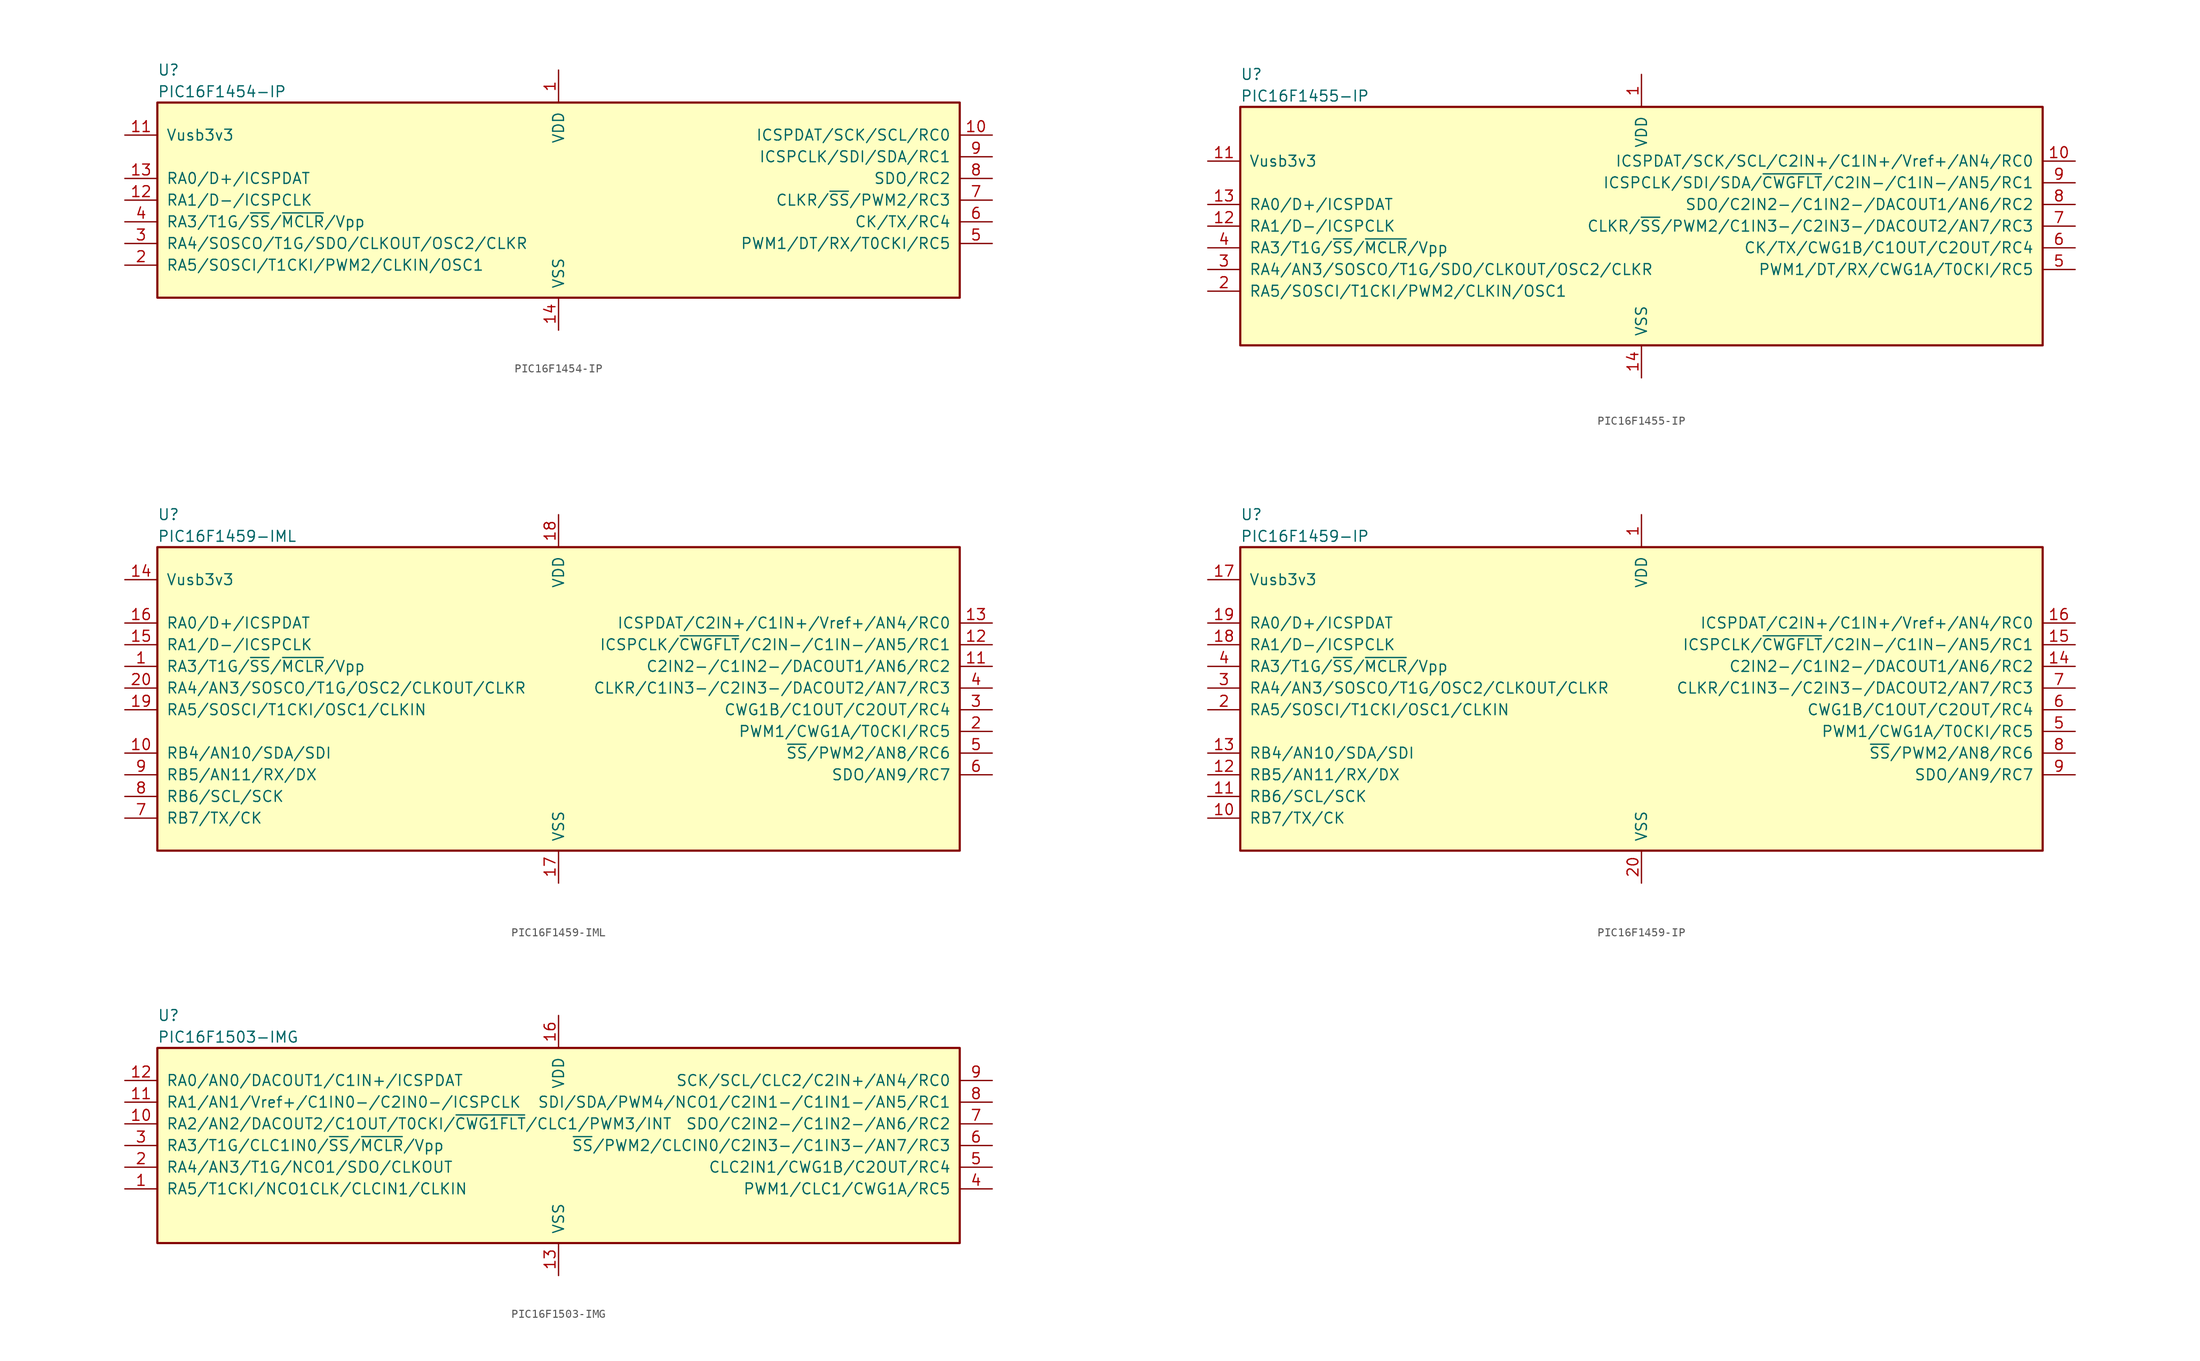
<source format=kicad_sym>
(kicad_symbol_lib
  (version 20241209)
  (generator "kicad_symbol_editor")
  (generator_version "9.0")
  (symbol "PIC16F1454-IP"
    (pin_names
      (offset 1.016))
    (property "Reference" "U"
      (at -46.99 15.24 0)
      (effects (font (size 1.27 1.27)) (justify left)))
    (property "Value" "PIC16F1454-IP"
      (at -46.99 12.7 0)
      (effects (font (size 1.27 1.27)) (justify left)))
    (symbol "PIC16F1454-IP_0_1"
      (rectangle (start -46.99 11.43) (end 46.99 -11.43) (stroke (width 0.254) (type default)) (fill (type background))))
    (symbol "PIC16F1454-IP_1_1"
      (pin bidirectional line (at -50.8 7.62 0) (length 3.81) (name "Vusb3v3" (effects (font (size 1.27 1.27)))) (number "11" (effects (font (size 1.27 1.27)))))
      (pin bidirectional line (at -50.8 2.54 0) (length 3.81) (name "RA0/D+/ICSPDAT" (effects (font (size 1.27 1.27)))) (number "13" (effects (font (size 1.27 1.27)))))
      (pin bidirectional line (at -50.8 0 0) (length 3.81) (name "RA1/D-/ICSPCLK" (effects (font (size 1.27 1.27)))) (number "12" (effects (font (size 1.27 1.27)))))
      (pin input line (at -50.8 -2.54 0) (length 3.81) (name "RA3/T1G/~{SS}/~{MCLR}/Vpp" (effects (font (size 1.27 1.27)))) (number "4" (effects (font (size 1.27 1.27)))))
      (pin bidirectional line (at -50.8 -5.08 0) (length 3.81) (name "RA4/SOSCO/T1G/SDO/CLKOUT/OSC2/CLKR" (effects (font (size 1.27 1.27)))) (number "3" (effects (font (size 1.27 1.27)))))
      (pin bidirectional line (at -50.8 -7.62 0) (length 3.81) (name "RA5/SOSCI/T1CKI/PWM2/CLKIN/OSC1" (effects (font (size 1.27 1.27)))) (number "2" (effects (font (size 1.27 1.27)))))
      (pin power_in line (at 0 15.24 270) (length 3.81) (name "VDD" (effects (font (size 1.27 1.27)))) (number "1" (effects (font (size 1.27 1.27)))))
      (pin power_in line (at 0 -15.24 90) (length 3.81) (name "VSS" (effects (font (size 1.27 1.27)))) (number "14" (effects (font (size 1.27 1.27)))))
      (pin bidirectional line (at 50.8 7.62 180) (length 3.81) (name "ICSPDAT/SCK/SCL/RC0" (effects (font (size 1.27 1.27)))) (number "10" (effects (font (size 1.27 1.27)))))
      (pin bidirectional line (at 50.8 5.08 180) (length 3.81) (name "ICSPCLK/SDI/SDA/RC1" (effects (font (size 1.27 1.27)))) (number "9" (effects (font (size 1.27 1.27)))))
      (pin bidirectional line (at 50.8 2.54 180) (length 3.81) (name "SDO/RC2" (effects (font (size 1.27 1.27)))) (number "8" (effects (font (size 1.27 1.27)))))
      (pin bidirectional line (at 50.8 0 180) (length 3.81) (name "CLKR/~{SS}/PWM2/RC3" (effects (font (size 1.27 1.27)))) (number "7" (effects (font (size 1.27 1.27)))))
      (pin bidirectional line (at 50.8 -2.54 180) (length 3.81) (name "CK/TX/RC4" (effects (font (size 1.27 1.27)))) (number "6" (effects (font (size 1.27 1.27)))))
      (pin bidirectional line (at 50.8 -5.08 180) (length 3.81) (name "PWM1/DT/RX/T0CKI/RC5" (effects (font (size 1.27 1.27)))) (number "5" (effects (font (size 1.27 1.27)))))))
  (symbol "PIC16F1455-IP"
    (pin_names
      (offset 1.016))
    (property "Reference" "U"
      (at -46.99 17.78 0)
      (effects (font (size 1.27 1.27)) (justify left)))
    (property "Value" "PIC16F1455-IP"
      (at -46.99 15.24 0)
      (effects (font (size 1.27 1.27)) (justify left)))
    (symbol "PIC16F1455-IP_0_1"
      (rectangle (start -46.99 13.97) (end 46.99 -13.97) (stroke (width 0.254) (type default)) (fill (type background))))
    (symbol "PIC16F1455-IP_1_1"
      (pin bidirectional line (at -50.8 7.62 0) (length 3.81) (name "Vusb3v3" (effects (font (size 1.27 1.27)))) (number "11" (effects (font (size 1.27 1.27)))))
      (pin bidirectional line (at -50.8 2.54 0) (length 3.81) (name "RA0/D+/ICSPDAT" (effects (font (size 1.27 1.27)))) (number "13" (effects (font (size 1.27 1.27)))))
      (pin bidirectional line (at -50.8 0 0) (length 3.81) (name "RA1/D-/ICSPCLK" (effects (font (size 1.27 1.27)))) (number "12" (effects (font (size 1.27 1.27)))))
      (pin input line (at -50.8 -2.54 0) (length 3.81) (name "RA3/T1G/~{SS}/~{MCLR}/Vpp" (effects (font (size 1.27 1.27)))) (number "4" (effects (font (size 1.27 1.27)))))
      (pin bidirectional line (at -50.8 -5.08 0) (length 3.81) (name "RA4/AN3/SOSCO/T1G/SDO/CLKOUT/OSC2/CLKR" (effects (font (size 1.27 1.27)))) (number "3" (effects (font (size 1.27 1.27)))))
      (pin bidirectional line (at -50.8 -7.62 0) (length 3.81) (name "RA5/SOSCI/T1CKI/PWM2/CLKIN/OSC1" (effects (font (size 1.27 1.27)))) (number "2" (effects (font (size 1.27 1.27)))))
      (pin power_in line (at 0 17.78 270) (length 3.81) (name "VDD" (effects (font (size 1.27 1.27)))) (number "1" (effects (font (size 1.27 1.27)))))
      (pin power_in line (at 0 -17.78 90) (length 3.81) (name "VSS" (effects (font (size 1.27 1.27)))) (number "14" (effects (font (size 1.27 1.27)))))
      (pin bidirectional line (at 50.8 7.62 180) (length 3.81) (name "ICSPDAT/SCK/SCL/C2IN+/C1IN+/Vref+/AN4/RC0" (effects (font (size 1.27 1.27)))) (number "10" (effects (font (size 1.27 1.27)))))
      (pin bidirectional line (at 50.8 5.08 180) (length 3.81) (name "ICSPCLK/SDI/SDA/~{CWGFLT}/C2IN-/C1IN-/AN5/RC1" (effects (font (size 1.27 1.27)))) (number "9" (effects (font (size 1.27 1.27)))))
      (pin bidirectional line (at 50.8 2.54 180) (length 3.81) (name "SDO/C2IN2-/C1IN2-/DACOUT1/AN6/RC2" (effects (font (size 1.27 1.27)))) (number "8" (effects (font (size 1.27 1.27)))))
      (pin bidirectional line (at 50.8 0 180) (length 3.81) (name "CLKR/~{SS}/PWM2/C1IN3-/C2IN3-/DACOUT2/AN7/RC3" (effects (font (size 1.27 1.27)))) (number "7" (effects (font (size 1.27 1.27)))))
      (pin bidirectional line (at 50.8 -2.54 180) (length 3.81) (name "CK/TX/CWG1B/C1OUT/C2OUT/RC4" (effects (font (size 1.27 1.27)))) (number "6" (effects (font (size 1.27 1.27)))))
      (pin bidirectional line (at 50.8 -5.08 180) (length 3.81) (name "PWM1/DT/RX/CWG1A/T0CKI/RC5" (effects (font (size 1.27 1.27)))) (number "5" (effects (font (size 1.27 1.27)))))))
  (symbol "PIC16F1459-IML"
    (pin_names
      (offset 1.016))
    (property "Reference" "U"
      (at -46.99 17.78 0)
      (effects (font (size 1.27 1.27)) (justify left)))
    (property "Value" "PIC16F1459-IML"
      (at -46.99 15.24 0)
      (effects (font (size 1.27 1.27)) (justify left)))
    (symbol "PIC16F1459-IML_0_1"
      (rectangle (start -46.99 13.97) (end 46.99 -21.59) (stroke (width 0.254) (type default)) (fill (type background))))
    (symbol "PIC16F1459-IML_1_1"
      (pin bidirectional line (at -50.8 10.16 0) (length 3.81) (name "Vusb3v3" (effects (font (size 1.27 1.27)))) (number "14" (effects (font (size 1.27 1.27)))))
      (pin bidirectional line (at -50.8 5.08 0) (length 3.81) (name "RA0/D+/ICSPDAT" (effects (font (size 1.27 1.27)))) (number "16" (effects (font (size 1.27 1.27)))))
      (pin bidirectional line (at -50.8 2.54 0) (length 3.81) (name "RA1/D-/ICSPCLK" (effects (font (size 1.27 1.27)))) (number "15" (effects (font (size 1.27 1.27)))))
      (pin input line (at -50.8 0 0) (length 3.81) (name "RA3/T1G/~{SS}/~{MCLR}/Vpp" (effects (font (size 1.27 1.27)))) (number "1" (effects (font (size 1.27 1.27)))))
      (pin bidirectional line (at -50.8 -2.54 0) (length 3.81) (name "RA4/AN3/SOSCO/T1G/OSC2/CLKOUT/CLKR" (effects (font (size 1.27 1.27)))) (number "20" (effects (font (size 1.27 1.27)))))
      (pin bidirectional line (at -50.8 -5.08 0) (length 3.81) (name "RA5/SOSCI/T1CKI/OSC1/CLKIN" (effects (font (size 1.27 1.27)))) (number "19" (effects (font (size 1.27 1.27)))))
      (pin bidirectional line (at -50.8 -10.16 0) (length 3.81) (name "RB4/AN10/SDA/SDI" (effects (font (size 1.27 1.27)))) (number "10" (effects (font (size 1.27 1.27)))))
      (pin bidirectional line (at -50.8 -12.7 0) (length 3.81) (name "RB5/AN11/RX/DX" (effects (font (size 1.27 1.27)))) (number "9" (effects (font (size 1.27 1.27)))))
      (pin bidirectional line (at -50.8 -15.24 0) (length 3.81) (name "RB6/SCL/SCK" (effects (font (size 1.27 1.27)))) (number "8" (effects (font (size 1.27 1.27)))))
      (pin bidirectional line (at -50.8 -17.78 0) (length 3.81) (name "RB7/TX/CK" (effects (font (size 1.27 1.27)))) (number "7" (effects (font (size 1.27 1.27)))))
      (pin power_in line (at 0 17.78 270) (length 3.81) (name "VDD" (effects (font (size 1.27 1.27)))) (number "18" (effects (font (size 1.27 1.27)))))
      (pin power_in line (at 0 -25.4 90) (length 3.81) (name "VSS" (effects (font (size 1.27 1.27)))) (number "17" (effects (font (size 1.27 1.27)))))
      (pin bidirectional line (at 50.8 5.08 180) (length 3.81) (name "ICSPDAT/C2IN+/C1IN+/Vref+/AN4/RC0" (effects (font (size 1.27 1.27)))) (number "13" (effects (font (size 1.27 1.27)))))
      (pin bidirectional line (at 50.8 2.54 180) (length 3.81) (name "ICSPCLK/~{CWGFLT}/C2IN-/C1IN-/AN5/RC1" (effects (font (size 1.27 1.27)))) (number "12" (effects (font (size 1.27 1.27)))))
      (pin bidirectional line (at 50.8 0 180) (length 3.81) (name "C2IN2-/C1IN2-/DACOUT1/AN6/RC2" (effects (font (size 1.27 1.27)))) (number "11" (effects (font (size 1.27 1.27)))))
      (pin bidirectional line (at 50.8 -2.54 180) (length 3.81) (name "CLKR/C1IN3-/C2IN3-/DACOUT2/AN7/RC3" (effects (font (size 1.27 1.27)))) (number "4" (effects (font (size 1.27 1.27)))))
      (pin bidirectional line (at 50.8 -5.08 180) (length 3.81) (name "CWG1B/C1OUT/C2OUT/RC4" (effects (font (size 1.27 1.27)))) (number "3" (effects (font (size 1.27 1.27)))))
      (pin bidirectional line (at 50.8 -7.62 180) (length 3.81) (name "PWM1/CWG1A/T0CKI/RC5" (effects (font (size 1.27 1.27)))) (number "2" (effects (font (size 1.27 1.27)))))
      (pin bidirectional line (at 50.8 -10.16 180) (length 3.81) (name "~{SS}/PWM2/AN8/RC6" (effects (font (size 1.27 1.27)))) (number "5" (effects (font (size 1.27 1.27)))))
      (pin bidirectional line (at 50.8 -12.7 180) (length 3.81) (name "SDO/AN9/RC7" (effects (font (size 1.27 1.27)))) (number "6" (effects (font (size 1.27 1.27)))))))
  (symbol "PIC16F1459-IP"
    (pin_names
      (offset 1.016))
    (property "Reference" "U"
      (at -46.99 17.78 0)
      (effects (font (size 1.27 1.27)) (justify left)))
    (property "Value" "PIC16F1459-IP"
      (at -46.99 15.24 0)
      (effects (font (size 1.27 1.27)) (justify left)))
    (symbol "PIC16F1459-IP_0_1"
      (rectangle (start -46.99 13.97) (end 46.99 -21.59) (stroke (width 0.254) (type default)) (fill (type background))))
    (symbol "PIC16F1459-IP_1_1"
      (pin bidirectional line (at -50.8 10.16 0) (length 3.81) (name "Vusb3v3" (effects (font (size 1.27 1.27)))) (number "17" (effects (font (size 1.27 1.27)))))
      (pin bidirectional line (at -50.8 5.08 0) (length 3.81) (name "RA0/D+/ICSPDAT" (effects (font (size 1.27 1.27)))) (number "19" (effects (font (size 1.27 1.27)))))
      (pin bidirectional line (at -50.8 2.54 0) (length 3.81) (name "RA1/D-/ICSPCLK" (effects (font (size 1.27 1.27)))) (number "18" (effects (font (size 1.27 1.27)))))
      (pin input line (at -50.8 0 0) (length 3.81) (name "RA3/T1G/~{SS}/~{MCLR}/Vpp" (effects (font (size 1.27 1.27)))) (number "4" (effects (font (size 1.27 1.27)))))
      (pin bidirectional line (at -50.8 -2.54 0) (length 3.81) (name "RA4/AN3/SOSCO/T1G/OSC2/CLKOUT/CLKR" (effects (font (size 1.27 1.27)))) (number "3" (effects (font (size 1.27 1.27)))))
      (pin bidirectional line (at -50.8 -5.08 0) (length 3.81) (name "RA5/SOSCI/T1CKI/OSC1/CLKIN" (effects (font (size 1.27 1.27)))) (number "2" (effects (font (size 1.27 1.27)))))
      (pin bidirectional line (at -50.8 -10.16 0) (length 3.81) (name "RB4/AN10/SDA/SDI" (effects (font (size 1.27 1.27)))) (number "13" (effects (font (size 1.27 1.27)))))
      (pin bidirectional line (at -50.8 -12.7 0) (length 3.81) (name "RB5/AN11/RX/DX" (effects (font (size 1.27 1.27)))) (number "12" (effects (font (size 1.27 1.27)))))
      (pin bidirectional line (at -50.8 -15.24 0) (length 3.81) (name "RB6/SCL/SCK" (effects (font (size 1.27 1.27)))) (number "11" (effects (font (size 1.27 1.27)))))
      (pin bidirectional line (at -50.8 -17.78 0) (length 3.81) (name "RB7/TX/CK" (effects (font (size 1.27 1.27)))) (number "10" (effects (font (size 1.27 1.27)))))
      (pin power_in line (at 0 17.78 270) (length 3.81) (name "VDD" (effects (font (size 1.27 1.27)))) (number "1" (effects (font (size 1.27 1.27)))))
      (pin power_in line (at 0 -25.4 90) (length 3.81) (name "VSS" (effects (font (size 1.27 1.27)))) (number "20" (effects (font (size 1.27 1.27)))))
      (pin bidirectional line (at 50.8 5.08 180) (length 3.81) (name "ICSPDAT/C2IN+/C1IN+/Vref+/AN4/RC0" (effects (font (size 1.27 1.27)))) (number "16" (effects (font (size 1.27 1.27)))))
      (pin bidirectional line (at 50.8 2.54 180) (length 3.81) (name "ICSPCLK/~{CWGFLT}/C2IN-/C1IN-/AN5/RC1" (effects (font (size 1.27 1.27)))) (number "15" (effects (font (size 1.27 1.27)))))
      (pin bidirectional line (at 50.8 0 180) (length 3.81) (name "C2IN2-/C1IN2-/DACOUT1/AN6/RC2" (effects (font (size 1.27 1.27)))) (number "14" (effects (font (size 1.27 1.27)))))
      (pin bidirectional line (at 50.8 -2.54 180) (length 3.81) (name "CLKR/C1IN3-/C2IN3-/DACOUT2/AN7/RC3" (effects (font (size 1.27 1.27)))) (number "7" (effects (font (size 1.27 1.27)))))
      (pin bidirectional line (at 50.8 -5.08 180) (length 3.81) (name "CWG1B/C1OUT/C2OUT/RC4" (effects (font (size 1.27 1.27)))) (number "6" (effects (font (size 1.27 1.27)))))
      (pin bidirectional line (at 50.8 -7.62 180) (length 3.81) (name "PWM1/CWG1A/T0CKI/RC5" (effects (font (size 1.27 1.27)))) (number "5" (effects (font (size 1.27 1.27)))))
      (pin bidirectional line (at 50.8 -10.16 180) (length 3.81) (name "~{SS}/PWM2/AN8/RC6" (effects (font (size 1.27 1.27)))) (number "8" (effects (font (size 1.27 1.27)))))
      (pin bidirectional line (at 50.8 -12.7 180) (length 3.81) (name "SDO/AN9/RC7" (effects (font (size 1.27 1.27)))) (number "9" (effects (font (size 1.27 1.27)))))))
  (symbol "PIC16F1503-IMG"
    (pin_names
      (offset 1.016))
    (property "Reference" "U"
      (at -46.99 15.24 0)
      (effects (font (size 1.27 1.27)) (justify left)))
    (property "Value" "PIC16F1503-IMG"
      (at -46.99 12.7 0)
      (effects (font (size 1.27 1.27)) (justify left)))
    (symbol "PIC16F1503-IMG_0_1"
      (rectangle (start -46.99 11.43) (end 46.99 -11.43) (stroke (width 0.254) (type default)) (fill (type background))))
    (symbol "PIC16F1503-IMG_1_1"
      (pin bidirectional line (at -50.8 7.62 0) (length 3.81) (name "RA0/AN0/DACOUT1/C1IN+/ICSPDAT" (effects (font (size 1.27 1.27)))) (number "12" (effects (font (size 1.27 1.27)))))
      (pin bidirectional line (at -50.8 5.08 0) (length 3.81) (name "RA1/AN1/Vref+/C1IN0-/C2IN0-/ICSPCLK" (effects (font (size 1.27 1.27)))) (number "11" (effects (font (size 1.27 1.27)))))
      (pin bidirectional line (at -50.8 2.54 0) (length 3.81) (name "RA2/AN2/DACOUT2/C1OUT/T0CKI/~{CWG1FLT}/CLC1/PWM3/INT" (effects (font (size 1.27 1.27)))) (number "10" (effects (font (size 1.27 1.27)))))
      (pin input line (at -50.8 0 0) (length 3.81) (name "RA3/T1G/CLC1IN0/~{SS}/~{MCLR}/Vpp" (effects (font (size 1.27 1.27)))) (number "3" (effects (font (size 1.27 1.27)))))
      (pin bidirectional line (at -50.8 -2.54 0) (length 3.81) (name "RA4/AN3/T1G/NCO1/SDO/CLKOUT" (effects (font (size 1.27 1.27)))) (number "2" (effects (font (size 1.27 1.27)))))
      (pin bidirectional line (at -50.8 -5.08 0) (length 3.81) (name "RA5/T1CKI/NCO1CLK/CLCIN1/CLKIN" (effects (font (size 1.27 1.27)))) (number "1" (effects (font (size 1.27 1.27)))))
      (pin power_in line (at 0 15.24 270) (length 3.81) (name "VDD" (effects (font (size 1.27 1.27)))) (number "16" (effects (font (size 1.27 1.27)))))
      (pin power_in line (at 0 -15.24 90) (length 3.81) (name "VSS" (effects (font (size 1.27 1.27)))) (number "13" (effects (font (size 1.27 1.27)))))
      (pin bidirectional line (at 50.8 7.62 180) (length 3.81) (name "SCK/SCL/CLC2/C2IN+/AN4/RC0" (effects (font (size 1.27 1.27)))) (number "9" (effects (font (size 1.27 1.27)))))
      (pin bidirectional line (at 50.8 5.08 180) (length 3.81) (name "SDI/SDA/PWM4/NCO1/C2IN1-/C1IN1-/AN5/RC1" (effects (font (size 1.27 1.27)))) (number "8" (effects (font (size 1.27 1.27)))))
      (pin bidirectional line (at 50.8 2.54 180) (length 3.81) (name "SDO/C2IN2-/C1IN2-/AN6/RC2" (effects (font (size 1.27 1.27)))) (number "7" (effects (font (size 1.27 1.27)))))
      (pin bidirectional line (at 50.8 0 180) (length 3.81) (name "~{SS}/PWM2/CLCIN0/C2IN3-/C1IN3-/AN7/RC3" (effects (font (size 1.27 1.27)))) (number "6" (effects (font (size 1.27 1.27)))))
      (pin bidirectional line (at 50.8 -2.54 180) (length 3.81) (name "CLC2IN1/CWG1B/C2OUT/RC4" (effects (font (size 1.27 1.27)))) (number "5" (effects (font (size 1.27 1.27)))))
      (pin bidirectional line (at 50.8 -5.08 180) (length 3.81) (name "PWM1/CLC1/CWG1A/RC5" (effects (font (size 1.27 1.27)))) (number "4" (effects (font (size 1.27 1.27))))))))
</source>
